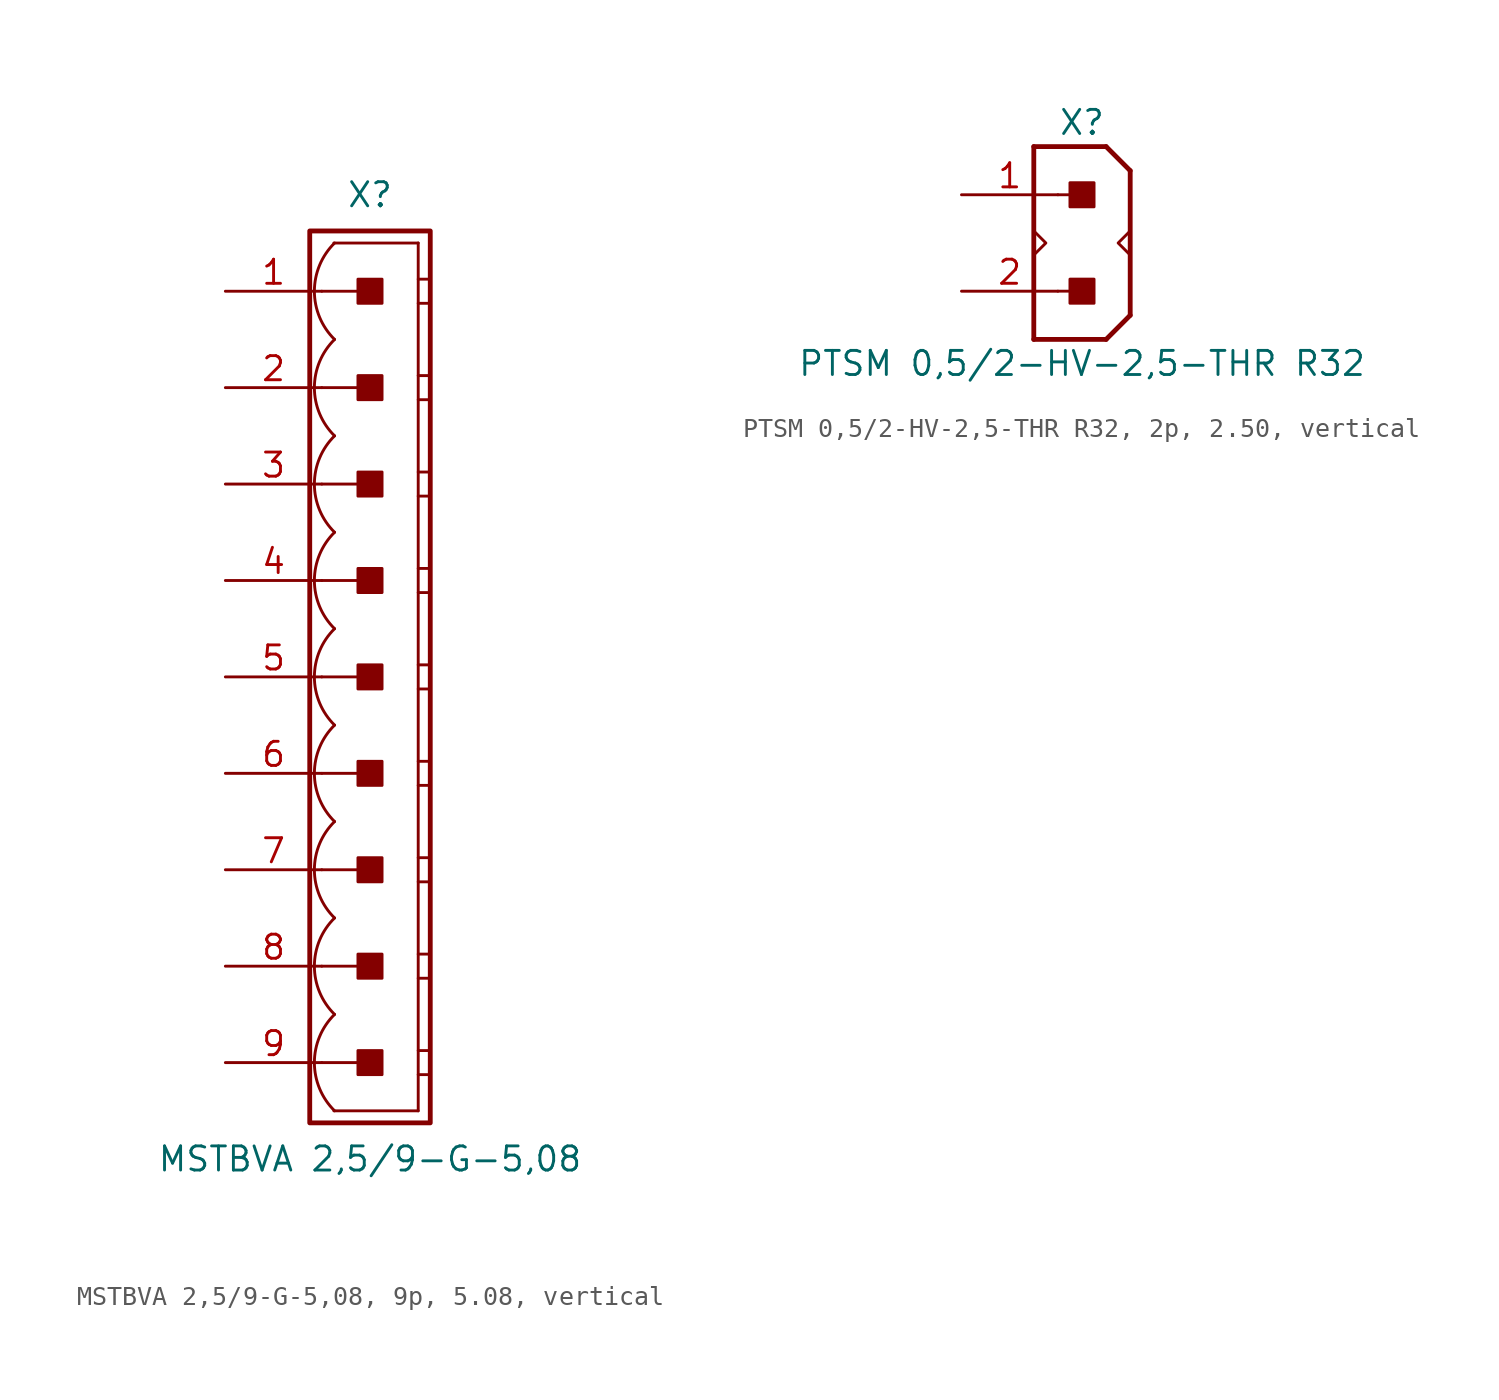
<source format=kicad_sym>
(kicad_symbol_lib
  (version 20241209)
  (generator "kicad_symbol_editor")
  (generator_version "9.0")
  (symbol "MSTBVA 2,5/9-G-5,08, 9p, 5.08, vertical"
    (pin_names
      (offset 1.016)
      (hide yes))
    (property "Reference" "X"
      (at 0 25.4 0)
      (effects (font (size 1.27 1.27))))
    (property "Value" "MSTBVA 2,5/9-G-5,08"
      (at 0 -25.4 0)
      (effects (font (size 1.27 1.27))))
    (property "Label" ""
      (at 0 0 0)
      (effects (font (size 1.27 1.27) (thickness 0.254) (bold yes))))
    (symbol "MSTBVA 2,5/9-G-5,08, 9p, 5.08, vertical_0_1"
      (polyline (pts (xy 2.54 22.86) (xy -1.905 22.86)) (stroke (width 0.152) (type default)) (fill (type none)))
      (polyline (pts (xy 2.54 22.86) (xy 2.54 -22.86)) (stroke (width 0.152) (type default)) (fill (type none)))
      (polyline (pts (xy 2.54 20.955) (xy 3.175 20.955)) (stroke (width 0.152) (type default)) (fill (type none)))
      (polyline (pts (xy 2.54 19.685) (xy 3.175 19.685)) (stroke (width 0.152) (type default)) (fill (type none)))
      (polyline (pts (xy 2.54 15.875) (xy 3.175 15.875)) (stroke (width 0.152) (type default)) (fill (type none)))
      (polyline (pts (xy 2.54 14.605) (xy 3.175 14.605)) (stroke (width 0.152) (type default)) (fill (type none)))
      (polyline (pts (xy 2.54 10.795) (xy 3.175 10.795)) (stroke (width 0.152) (type default)) (fill (type none)))
      (polyline (pts (xy 2.54 9.525) (xy 3.175 9.525)) (stroke (width 0.152) (type default)) (fill (type none)))
      (polyline (pts (xy 2.54 5.715) (xy 3.175 5.715)) (stroke (width 0.152) (type default)) (fill (type none)))
      (polyline (pts (xy 2.54 4.445) (xy 3.175 4.445)) (stroke (width 0.152) (type default)) (fill (type none)))
      (polyline (pts (xy 2.54 0.635) (xy 3.175 0.635)) (stroke (width 0.152) (type default)) (fill (type none)))
      (polyline (pts (xy 2.54 -0.635) (xy 3.175 -0.635)) (stroke (width 0.152) (type default)) (fill (type none)))
      (polyline (pts (xy 2.54 -4.445) (xy 3.175 -4.445)) (stroke (width 0.152) (type default)) (fill (type none)))
      (polyline (pts (xy 2.54 -5.715) (xy 3.175 -5.715)) (stroke (width 0.152) (type default)) (fill (type none)))
      (polyline (pts (xy 2.54 -9.525) (xy 3.175 -9.525)) (stroke (width 0.152) (type default)) (fill (type none)))
      (polyline (pts (xy 2.54 -10.795) (xy 3.175 -10.795)) (stroke (width 0.152) (type default)) (fill (type none)))
      (polyline (pts (xy 2.54 -14.605) (xy 3.175 -14.605)) (stroke (width 0.152) (type default)) (fill (type none)))
      (polyline (pts (xy 2.54 -15.875) (xy 3.175 -15.875)) (stroke (width 0.152) (type default)) (fill (type none)))
      (polyline (pts (xy 2.54 -19.685) (xy 3.175 -19.685)) (stroke (width 0.152) (type default)) (fill (type none)))
      (polyline (pts (xy 2.54 -20.955) (xy 3.175 -20.955)) (stroke (width 0.152) (type default)) (fill (type none)))
      (polyline (pts (xy 2.54 -22.86) (xy -1.905 -22.86)) (stroke (width 0.152) (type default)) (fill (type none))))
    (symbol "MSTBVA 2,5/9-G-5,08, 9p, 5.08, vertical_1_0"
      (polyline (pts (xy -2.54 20.32) (xy 0 20.32)) (stroke (width 0.152) (type default)) (fill (type none)))
      (polyline (pts (xy -2.54 15.24) (xy 0 15.24)) (stroke (width 0.152) (type default)) (fill (type none)))
      (polyline (pts (xy -2.54 10.16) (xy 0 10.16)) (stroke (width 0.152) (type default)) (fill (type none)))
      (polyline (pts (xy -2.54 5.08) (xy 0 5.08)) (stroke (width 0.152) (type default)) (fill (type none)))
      (polyline (pts (xy -2.54 0) (xy 0 0)) (stroke (width 0.152) (type default)) (fill (type none)))
      (polyline (pts (xy -2.54 -5.08) (xy 0 -5.08)) (stroke (width 0.152) (type default)) (fill (type none)))
      (polyline (pts (xy -2.54 -10.16) (xy 0 -10.16)) (stroke (width 0.152) (type default)) (fill (type none)))
      (polyline (pts (xy -2.54 -15.24) (xy 0 -15.24)) (stroke (width 0.152) (type default)) (fill (type none)))
      (polyline (pts (xy -2.54 -20.32) (xy 0 -20.32)) (stroke (width 0.152) (type default)) (fill (type none))))
    (symbol "MSTBVA 2,5/9-G-5,08, 9p, 5.08, vertical_1_1"
      (rectangle (start -3.175 23.495) (end 3.175 -23.495) (stroke (width 0.254) (type default)) (fill (type none)))
      (rectangle (start -0.635 19.685) (end 0.635 20.955) (stroke (width 0.152) (type default)) (fill (type outline)))
      (rectangle (start -0.635 14.605) (end 0.635 15.875) (stroke (width 0.152) (type default)) (fill (type outline)))
      (rectangle (start -0.635 9.525) (end 0.635 10.795) (stroke (width 0.152) (type default)) (fill (type outline)))
      (rectangle (start -0.635 4.445) (end 0.635 5.715) (stroke (width 0.152) (type default)) (fill (type outline)))
      (rectangle (start -0.635 -0.635) (end 0.635 0.635) (stroke (width 0.152) (type default)) (fill (type outline)))
      (rectangle (start -0.635 -5.715) (end 0.635 -4.445) (stroke (width 0.152) (type default)) (fill (type outline)))
      (rectangle (start -0.635 -10.795) (end 0.635 -9.525) (stroke (width 0.152) (type default)) (fill (type outline)))
      (rectangle (start -0.635 -15.875) (end 0.635 -14.605) (stroke (width 0.152) (type default)) (fill (type outline)))
      (rectangle (start -0.635 -20.955) (end 0.635 -19.685) (stroke (width 0.152) (type default)) (fill (type outline)))
      (arc (start -1.8664 17.78) (mid -2.9299 20.32) (end -1.8664 22.86) (stroke (width 0.1524) (type default)) (fill (type none)))
      (arc (start -1.8664 12.7) (mid -2.9299 15.24) (end -1.8664 17.78) (stroke (width 0.1524) (type default)) (fill (type none)))
      (arc (start -1.8664 7.62) (mid -2.9299 10.16) (end -1.8664 12.7) (stroke (width 0.1524) (type default)) (fill (type none)))
      (arc (start -1.8664 2.54) (mid -2.9299 5.08) (end -1.8664 7.62) (stroke (width 0.1524) (type default)) (fill (type none)))
      (arc (start -1.8664 -2.54) (mid -2.9299 0) (end -1.8664 2.54) (stroke (width 0.1524) (type default)) (fill (type none)))
      (arc (start -1.8664 -7.62) (mid -2.9299 -5.08) (end -1.8664 -2.54) (stroke (width 0.1524) (type default)) (fill (type none)))
      (arc (start -1.8664 -12.7) (mid -2.9299 -10.16) (end -1.8664 -7.62) (stroke (width 0.1524) (type default)) (fill (type none)))
      (arc (start -1.8664 -17.78) (mid -2.9299 -15.24) (end -1.8664 -12.7) (stroke (width 0.1524) (type default)) (fill (type none)))
      (arc (start -1.8664 -22.86) (mid -2.9299 -20.32) (end -1.8664 -17.78) (stroke (width 0.1524) (type default)) (fill (type none)))
      (pin passive line (at -7.62 20.32 0) (length 5.08) (name "1" (effects (font (size 1.27 1.27)))) (number "1" (effects (font (size 1.27 1.27)))))
      (pin passive line (at -7.62 15.24 0) (length 5.08) (name "2" (effects (font (size 1.27 1.27)))) (number "2" (effects (font (size 1.27 1.27)))))
      (pin passive line (at -7.62 10.16 0) (length 5.08) (name "3" (effects (font (size 1.27 1.27)))) (number "3" (effects (font (size 1.27 1.27)))))
      (pin passive line (at -7.62 5.08 0) (length 5.08) (name "4" (effects (font (size 1.27 1.27)))) (number "4" (effects (font (size 1.27 1.27)))))
      (pin passive line (at -7.62 0 0) (length 5.08) (name "5" (effects (font (size 1.27 1.27)))) (number "5" (effects (font (size 1.27 1.27)))))
      (pin passive line (at -7.62 -5.08 0) (length 5.08) (name "6" (effects (font (size 1.27 1.27)))) (number "6" (effects (font (size 1.27 1.27)))))
      (pin passive line (at -7.62 -10.16 0) (length 5.08) (name "7" (effects (font (size 1.27 1.27)))) (number "7" (effects (font (size 1.27 1.27)))))
      (pin passive line (at -7.62 -15.24 0) (length 5.08) (name "8" (effects (font (size 1.27 1.27)))) (number "8" (effects (font (size 1.27 1.27)))))
      (pin passive line (at -7.62 -20.32 0) (length 5.08) (name "9" (effects (font (size 1.27 1.27)))) (number "9" (effects (font (size 1.27 1.27)))))))
  (symbol "PTSM 0,5/2-HV-2,5-THR R32, 2p, 2.50, vertical"
    (pin_names
      (offset 1.016)
      (hide yes))
    (property "Reference" "X"
      (at 0 6.35 0)
      (effects (font (size 1.27 1.27))))
    (property "Value" "PTSM 0,5/2-HV-2,5-THR R32"
      (at 0 -6.35 0)
      (effects (font (size 1.27 1.27))))
    (property "Label" ""
      (at 0 0 0)
      (effects (font (size 1.27 1.27) (thickness 0.254) (bold yes))))
    (symbol "PTSM 0,5/2-HV-2,5-THR R32, 2p, 2.50, vertical_0_1"
      (polyline (pts (xy -2.54 5.08) (xy -2.54 -5.08)) (stroke (width 0.254) (type default)) (fill (type none)))
      (polyline (pts (xy -2.54 5.08) (xy 1.27 5.08)) (stroke (width 0.254) (type default)) (fill (type none)))
      (polyline (pts (xy -2.54 -0.635) (xy -1.905 0) (xy -2.54 0.635)) (stroke (width 0.152) (type default)) (fill (type none)))
      (polyline (pts (xy -2.54 -5.08) (xy 1.27 -5.08)) (stroke (width 0.254) (type default)) (fill (type none)))
      (polyline (pts (xy 1.27 -5.08) (xy 2.54 -3.81)) (stroke (width 0.254) (type default)) (fill (type none)))
      (polyline (pts (xy 2.54 3.81) (xy 1.27 5.08)) (stroke (width 0.254) (type default)) (fill (type none)))
      (polyline (pts (xy 2.54 3.81) (xy 2.54 -3.81)) (stroke (width 0.254) (type default)) (fill (type none)))
      (polyline (pts (xy 2.54 0.635) (xy 1.905 0) (xy 2.54 -0.635)) (stroke (width 0.152) (type default)) (fill (type none))))
    (symbol "PTSM 0,5/2-HV-2,5-THR R32, 2p, 2.50, vertical_1_0"
      (polyline (pts (xy -1.27 2.54) (xy 0 2.54)) (stroke (width 0.152) (type default)) (fill (type none)))
      (polyline (pts (xy -1.27 -2.54) (xy 0 -2.54)) (stroke (width 0.152) (type default)) (fill (type none))))
    (symbol "PTSM 0,5/2-HV-2,5-THR R32, 2p, 2.50, vertical_1_1"
      (rectangle (start -0.635 1.905) (end 0.635 3.175) (stroke (width 0.152) (type default)) (fill (type outline)))
      (rectangle (start -0.635 -3.175) (end 0.635 -1.905) (stroke (width 0.152) (type default)) (fill (type outline)))
      (pin passive line (at -6.35 2.54 0) (length 5.08) (name "1" (effects (font (size 1.27 1.27)))) (number "1" (effects (font (size 1.27 1.27)))))
      (pin passive line (at -6.35 -2.54 0) (length 5.08) (name "2" (effects (font (size 1.27 1.27)))) (number "2" (effects (font (size 1.27 1.27))))))))
</source>
